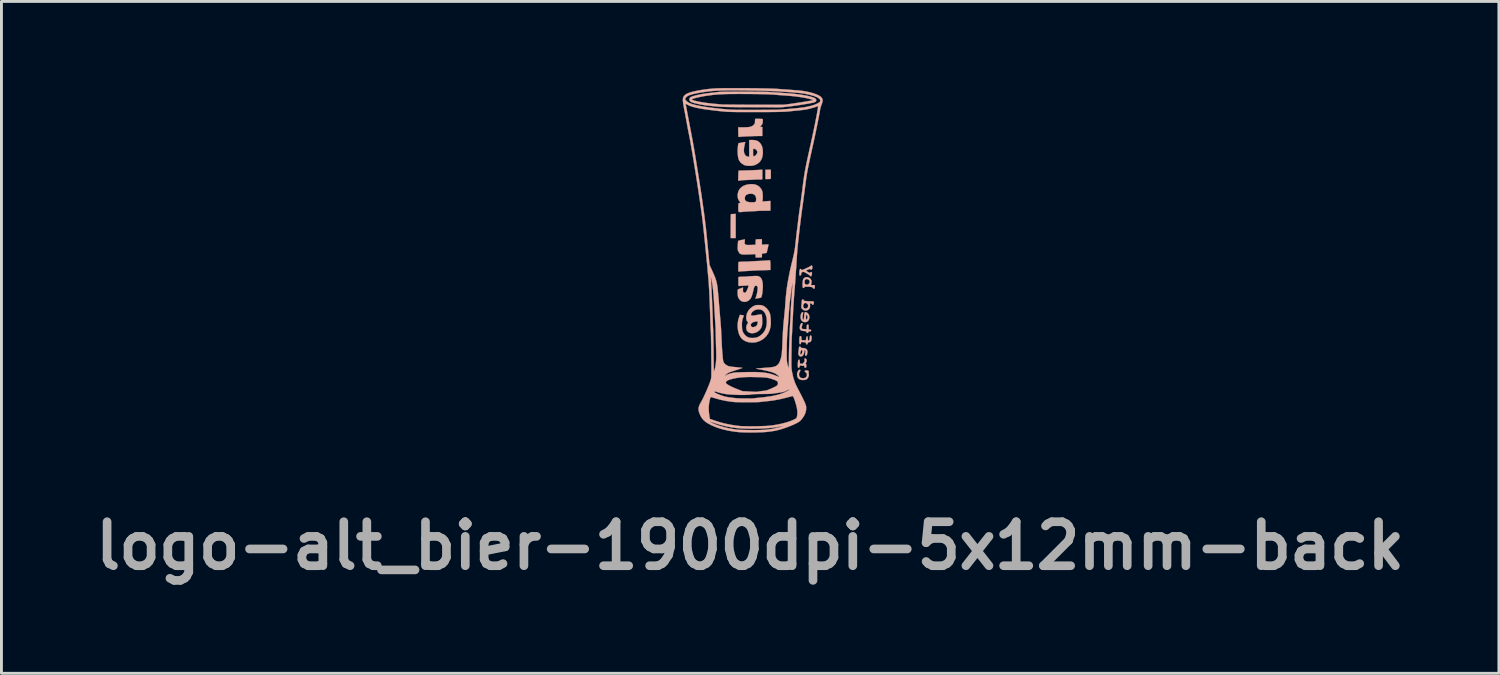
<source format=kicad_pcb>
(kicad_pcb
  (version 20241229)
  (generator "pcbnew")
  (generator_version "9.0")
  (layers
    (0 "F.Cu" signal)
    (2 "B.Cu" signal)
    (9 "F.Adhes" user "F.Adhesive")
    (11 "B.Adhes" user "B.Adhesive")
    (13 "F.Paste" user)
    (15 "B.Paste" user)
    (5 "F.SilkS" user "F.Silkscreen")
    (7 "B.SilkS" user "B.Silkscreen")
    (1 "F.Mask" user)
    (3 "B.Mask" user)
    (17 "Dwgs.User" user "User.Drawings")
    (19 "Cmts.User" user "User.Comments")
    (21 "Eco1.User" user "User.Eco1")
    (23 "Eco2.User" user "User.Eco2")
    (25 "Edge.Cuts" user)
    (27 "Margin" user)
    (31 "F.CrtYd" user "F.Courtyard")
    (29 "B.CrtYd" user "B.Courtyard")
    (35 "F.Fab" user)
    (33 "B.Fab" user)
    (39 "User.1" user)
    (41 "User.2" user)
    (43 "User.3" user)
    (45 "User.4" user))
  (footprint "logo-alt_bier-1900dpi-5x12mm-back"
    (layer "F.Cu")
    (at 22.94 6.085)
    (property "Reference" "logo-alt_bier-1900dpi-5x12mm-back" (at 0 9.775 0) (layer "F.Fab") (effects (font (size 1.524 1.524) (thickness 0.3))))
    (attr through_hole)
    (fp_poly (pts (xy -0.578 -1.721) (xy -0.622 -1.719) (xy -0.654 -1.718) (xy -0.665 -1.717) (xy -0.668 -1.704) (xy -0.67 -1.667) (xy -0.672 -1.61) (xy -0.674 -1.536) (xy -0.675 -1.449) (xy -0.675 -1.35) (xy -0.675 -1.301) (xy -0.675 -0.887) (xy -0.502 -0.887) (xy -0.502 -1.725) (xy -0.578 -1.721)) (stroke (width 0.01) (type solid)) (fill yes) (layer "B.SilkS"))
    (fp_poly (pts (xy 0.621 -3.255) (xy 0.528 -3.251) (xy 0.528 -2.932) (xy 0.621 -2.932) (xy 0.676 -2.934) (xy 0.707 -2.94) (xy 0.715 -2.949) (xy 0.716 -2.976) (xy 0.716 -3.02) (xy 0.716 -3.074) (xy 0.716 -3.13) (xy 0.716 -3.181) (xy 0.716 -3.221) (xy 0.716 -3.24) (xy 0.711 -3.25) (xy 0.692 -3.256) (xy 0.656 -3.257) (xy 0.621 -3.255)) (stroke (width 0.01) (type solid)) (fill yes) (layer "B.SilkS"))
    (fp_poly (pts (xy 0.297 -3.248) (xy 0.245 -3.245) (xy 0.173 -3.242) (xy 0.086 -3.238) (xy -0.007 -3.235) (xy -0.102 -3.232) (xy -0.114 -3.232) (xy -0.198 -3.229) (xy -0.273 -3.227) (xy -0.335 -3.225) (xy -0.379 -3.223) (xy -0.401 -3.222) (xy -0.403 -3.222) (xy -0.404 -3.208) (xy -0.406 -3.173) (xy -0.408 -3.122) (xy -0.41 -3.059) (xy -0.41 -3.049) (xy -0.416 -2.879) (xy -0.374 -2.879) (xy -0.343 -2.881) (xy -0.326 -2.885) (xy -0.326 -2.885) (xy -0.311 -2.888) (xy -0.274 -2.891) (xy -0.221 -2.895) (xy -0.155 -2.898) (xy -0.12 -2.899) (xy -0.043 -2.903) (xy 0.03 -2.906) (xy 0.092 -2.909) (xy 0.137 -2.912) (xy 0.147 -2.912) (xy 0.195 -2.915) (xy 0.256 -2.917) (xy 0.317 -2.918) (xy 0.421 -2.919) (xy 0.421 -3.257) (xy 0.297 -3.248)) (stroke (width 0.01) (type solid)) (fill yes) (layer "B.SilkS"))
    (fp_poly (pts (xy 1.708 3.674) (xy 1.678 3.692) (xy 1.651 3.729) (xy 1.632 3.779) (xy 1.624 3.832) (xy 1.624 3.835) (xy 1.634 3.911) (xy 1.663 3.969) (xy 1.712 4.008) (xy 1.78 4.029) (xy 1.831 4.032) (xy 1.9 4.027) (xy 1.95 4.009) (xy 1.953 4.007) (xy 1.993 3.969) (xy 2.021 3.916) (xy 2.034 3.858) (xy 2.029 3.813) (xy 2.022 3.778) (xy 2.025 3.752) (xy 2.026 3.75) (xy 2.029 3.726) (xy 2.01 3.709) (xy 1.97 3.699) (xy 1.95 3.698) (xy 1.913 3.7) (xy 1.896 3.708) (xy 1.891 3.724) (xy 1.891 3.725) (xy 1.903 3.752) (xy 1.924 3.765) (xy 1.952 3.788) (xy 1.966 3.826) (xy 1.966 3.869) (xy 1.952 3.911) (xy 1.925 3.943) (xy 1.914 3.95) (xy 1.856 3.968) (xy 1.797 3.967) (xy 1.745 3.949) (xy 1.724 3.933) (xy 1.698 3.89) (xy 1.69 3.836) (xy 1.699 3.782) (xy 1.719 3.747) (xy 1.736 3.714) (xy 1.737 3.688) (xy 1.722 3.674) (xy 1.708 3.674)) (stroke (width 0.01) (type solid)) (fill yes) (layer "B.SilkS"))
    (fp_poly (pts (xy 1.767 2.069) (xy 1.746 2.101) (xy 1.729 2.144) (xy 1.72 2.196) (xy 1.719 2.216) (xy 1.725 2.267) (xy 1.747 2.301) (xy 1.788 2.322) (xy 1.852 2.332) (xy 1.855 2.332) (xy 1.903 2.336) (xy 1.93 2.342) (xy 1.943 2.352) (xy 1.947 2.366) (xy 1.959 2.389) (xy 1.98 2.4) (xy 2.001 2.398) (xy 2.012 2.38) (xy 2.012 2.377) (xy 2.017 2.358) (xy 2.039 2.348) (xy 2.062 2.346) (xy 2.096 2.34) (xy 2.11 2.327) (xy 2.112 2.315) (xy 2.105 2.295) (xy 2.08 2.285) (xy 2.068 2.284) (xy 2.025 2.28) (xy 2.025 2.194) (xy 2.024 2.147) (xy 2.02 2.121) (xy 2.012 2.11) (xy 2 2.108) (xy 1.977 2.115) (xy 1.964 2.138) (xy 1.959 2.183) (xy 1.958 2.209) (xy 1.958 2.268) (xy 1.892 2.268) (xy 1.849 2.266) (xy 1.815 2.262) (xy 1.806 2.26) (xy 1.789 2.24) (xy 1.785 2.203) (xy 1.794 2.155) (xy 1.805 2.125) (xy 1.817 2.086) (xy 1.812 2.063) (xy 1.811 2.062) (xy 1.79 2.055) (xy 1.767 2.069)) (stroke (width 0.01) (type solid)) (fill yes) (layer "B.SilkS"))
    (fp_poly (pts (xy 1.891 1.689) (xy 1.881 1.719) (xy 1.874 1.77) (xy 1.871 1.813) (xy 1.866 1.87) (xy 1.86 1.914) (xy 1.854 1.941) (xy 1.85 1.947) (xy 1.836 1.937) (xy 1.823 1.918) (xy 1.815 1.885) (xy 1.816 1.831) (xy 1.826 1.756) (xy 1.833 1.722) (xy 1.837 1.692) (xy 1.83 1.681) (xy 1.81 1.682) (xy 1.784 1.699) (xy 1.763 1.737) (xy 1.75 1.794) (xy 1.745 1.851) (xy 1.755 1.918) (xy 1.783 1.971) (xy 1.825 2.008) (xy 1.878 2.026) (xy 1.936 2.022) (xy 1.975 2.006) (xy 2.017 1.97) (xy 2.042 1.919) (xy 2.052 1.86) (xy 2.05 1.842) (xy 1.991 1.842) (xy 1.99 1.871) (xy 1.979 1.9) (xy 1.961 1.936) (xy 1.946 1.945) (xy 1.937 1.929) (xy 1.932 1.887) (xy 1.931 1.861) (xy 1.934 1.806) (xy 1.942 1.774) (xy 1.954 1.768) (xy 1.97 1.787) (xy 1.979 1.806) (xy 1.991 1.842) (xy 2.05 1.842) (xy 2.045 1.801) (xy 2.023 1.748) (xy 1.985 1.708) (xy 1.972 1.7) (xy 1.934 1.682) (xy 1.908 1.678) (xy 1.891 1.689)) (stroke (width 0.01) (type solid)) (fill yes) (layer "B.SilkS"))
    (fp_poly (pts (xy 1.884 3.288) (xy 1.88 3.303) (xy 1.884 3.332) (xy 1.887 3.368) (xy 1.876 3.4) (xy 1.858 3.426) (xy 1.831 3.456) (xy 1.807 3.468) (xy 1.773 3.468) (xy 1.724 3.464) (xy 1.72 3.394) (xy 1.716 3.352) (xy 1.709 3.331) (xy 1.695 3.324) (xy 1.692 3.324) (xy 1.674 3.333) (xy 1.662 3.363) (xy 1.654 3.414) (xy 1.651 3.49) (xy 1.651 3.515) (xy 1.652 3.563) (xy 1.655 3.59) (xy 1.663 3.602) (xy 1.677 3.605) (xy 1.678 3.605) (xy 1.7 3.596) (xy 1.713 3.566) (xy 1.713 3.563) (xy 1.722 3.535) (xy 1.737 3.527) (xy 1.761 3.53) (xy 1.805 3.536) (xy 1.84 3.538) (xy 1.867 3.542) (xy 1.877 3.559) (xy 1.878 3.571) (xy 1.885 3.598) (xy 1.903 3.605) (xy 1.928 3.6) (xy 1.936 3.596) (xy 1.943 3.576) (xy 1.945 3.543) (xy 1.943 3.506) (xy 1.936 3.478) (xy 1.929 3.468) (xy 1.922 3.457) (xy 1.935 3.432) (xy 1.936 3.431) (xy 1.955 3.388) (xy 1.958 3.345) (xy 1.946 3.309) (xy 1.92 3.288) (xy 1.901 3.284) (xy 1.884 3.288)) (stroke (width 0.01) (type solid)) (fill yes) (layer "B.SilkS"))
    (fp_poly (pts (xy 0.629 -0.114) (xy 0.579 -0.111) (xy 0.565 -0.11) (xy 0.513 -0.106) (xy 0.442 -0.102) (xy 0.36 -0.097) (xy 0.275 -0.093) (xy 0.242 -0.091) (xy 0.166 -0.088) (xy 0.096 -0.084) (xy 0.038 -0.081) (xy -0.001 -0.078) (xy -0.014 -0.077) (xy -0.042 -0.075) (xy -0.091 -0.073) (xy -0.153 -0.072) (xy -0.222 -0.07) (xy -0.225 -0.07) (xy -0.289 -0.068) (xy -0.344 -0.065) (xy -0.384 -0.061) (xy -0.402 -0.056) (xy -0.403 -0.055) (xy -0.406 -0.038) (xy -0.409 0.001) (xy -0.41 0.055) (xy -0.411 0.113) (xy -0.411 0.269) (xy -0.376 0.271) (xy -0.349 0.27) (xy -0.338 0.268) (xy -0.324 0.266) (xy -0.288 0.263) (xy -0.235 0.26) (xy -0.171 0.257) (xy -0.147 0.256) (xy -0.076 0.252) (xy -0.013 0.248) (xy 0.037 0.245) (xy 0.068 0.242) (xy 0.073 0.242) (xy 0.095 0.24) (xy 0.14 0.237) (xy 0.203 0.235) (xy 0.28 0.232) (xy 0.366 0.229) (xy 0.404 0.228) (xy 0.702 0.218) (xy 0.702 0.055) (xy 0.7 -0.024) (xy 0.697 -0.078) (xy 0.691 -0.109) (xy 0.687 -0.114) (xy 0.668 -0.115) (xy 0.629 -0.114)) (stroke (width 0.01) (type solid)) (fill yes) (layer "B.SilkS"))
    (fp_poly (pts (xy 0.195 -5.019) (xy 0.19 -5.019) (xy 0.177 -5.014) (xy 0.17 -4.998) (xy 0.167 -4.963) (xy 0.167 -4.936) (xy 0.166 -4.889) (xy 0.159 -4.858) (xy 0.143 -4.832) (xy 0.117 -4.804) (xy 0.082 -4.775) (xy 0.042 -4.754) (xy -0.008 -4.739) (xy -0.073 -4.73) (xy -0.156 -4.725) (xy -0.245 -4.724) (xy -0.415 -4.724) (xy -0.412 -4.587) (xy -0.411 -4.526) (xy -0.41 -4.472) (xy -0.409 -4.433) (xy -0.409 -4.42) (xy -0.401 -4.396) (xy -0.377 -4.39) (xy -0.35 -4.392) (xy -0.34 -4.395) (xy -0.325 -4.398) (xy -0.288 -4.401) (xy -0.233 -4.404) (xy -0.164 -4.408) (xy -0.086 -4.412) (xy -0.004 -4.415) (xy 0.079 -4.418) (xy 0.158 -4.421) (xy 0.228 -4.422) (xy 0.284 -4.423) (xy 0.421 -4.423) (xy 0.421 -4.58) (xy 0.421 -4.737) (xy 0.336 -4.737) (xy 0.37 -4.774) (xy 0.398 -4.808) (xy 0.42 -4.84) (xy 0.421 -4.842) (xy 0.429 -4.87) (xy 0.435 -4.909) (xy 0.438 -4.952) (xy 0.438 -4.989) (xy 0.433 -5.01) (xy 0.433 -5.01) (xy 0.418 -5.013) (xy 0.384 -5.015) (xy 0.338 -5.017) (xy 0.286 -5.019) (xy 0.236 -5.019) (xy 0.195 -5.019)) (stroke (width 0.01) (type solid)) (fill yes) (layer "B.SilkS"))
    (fp_poly (pts (xy 1.705 2.873) (xy 1.696 2.888) (xy 1.69 2.92) (xy 1.686 2.953) (xy 1.68 3.008) (xy 1.674 3.062) (xy 1.67 3.09) (xy 1.672 3.142) (xy 1.691 3.183) (xy 1.722 3.209) (xy 1.76 3.217) (xy 1.8 3.204) (xy 1.823 3.186) (xy 1.853 3.138) (xy 1.873 3.076) (xy 1.878 3.027) (xy 1.88 3.012) (xy 1.81 3.012) (xy 1.808 3.048) (xy 1.808 3.05) (xy 1.798 3.096) (xy 1.783 3.129) (xy 1.765 3.147) (xy 1.748 3.147) (xy 1.736 3.125) (xy 1.734 3.114) (xy 1.736 3.08) (xy 1.748 3.042) (xy 1.766 3.009) (xy 1.786 2.991) (xy 1.792 2.99) (xy 1.806 2.994) (xy 1.81 3.012) (xy 1.88 3.012) (xy 1.882 3.002) (xy 1.895 2.997) (xy 1.9 2.999) (xy 1.913 3.01) (xy 1.916 3.033) (xy 1.913 3.069) (xy 1.907 3.112) (xy 1.903 3.148) (xy 1.901 3.157) (xy 1.908 3.18) (xy 1.927 3.188) (xy 1.948 3.186) (xy 1.962 3.167) (xy 1.971 3.141) (xy 1.984 3.064) (xy 1.978 3.004) (xy 1.95 2.961) (xy 1.902 2.934) (xy 1.833 2.923) (xy 1.817 2.923) (xy 1.779 2.92) (xy 1.76 2.91) (xy 1.754 2.896) (xy 1.737 2.874) (xy 1.72 2.87) (xy 1.705 2.873)) (stroke (width 0.01) (type solid)) (fill yes) (layer "B.SilkS"))
    (fp_poly (pts (xy 2.077 2.493) (xy 2.067 2.523) (xy 2.065 2.557) (xy 2.06 2.613) (xy 2.046 2.652) (xy 2.023 2.669) (xy 2.019 2.669) (xy 2.006 2.66) (xy 1.999 2.631) (xy 1.996 2.592) (xy 1.991 2.546) (xy 1.983 2.522) (xy 1.972 2.515) (xy 1.956 2.527) (xy 1.944 2.562) (xy 1.94 2.586) (xy 1.928 2.657) (xy 1.778 2.649) (xy 1.774 2.579) (xy 1.77 2.537) (xy 1.762 2.515) (xy 1.749 2.509) (xy 1.745 2.509) (xy 1.728 2.512) (xy 1.716 2.526) (xy 1.709 2.555) (xy 1.705 2.601) (xy 1.704 2.67) (xy 1.705 2.727) (xy 1.707 2.762) (xy 1.712 2.781) (xy 1.721 2.788) (xy 1.731 2.789) (xy 1.752 2.781) (xy 1.758 2.757) (xy 1.76 2.732) (xy 1.771 2.719) (xy 1.797 2.714) (xy 1.842 2.717) (xy 1.855 2.718) (xy 1.898 2.724) (xy 1.921 2.732) (xy 1.931 2.745) (xy 1.934 2.761) (xy 1.945 2.792) (xy 1.964 2.8) (xy 1.983 2.786) (xy 1.991 2.763) (xy 2.002 2.734) (xy 2.023 2.723) (xy 2.037 2.722) (xy 2.074 2.713) (xy 2.099 2.696) (xy 2.117 2.662) (xy 2.127 2.614) (xy 2.13 2.564) (xy 2.123 2.521) (xy 2.115 2.503) (xy 2.094 2.486) (xy 2.077 2.493)) (stroke (width 0.01) (type solid)) (fill yes) (layer "B.SilkS"))
    (fp_poly (pts (xy 1.926 0.469) (xy 1.877 0.492) (xy 1.843 0.528) (xy 1.832 0.557) (xy 1.824 0.602) (xy 1.818 0.658) (xy 1.815 0.716) (xy 1.816 0.77) (xy 1.819 0.812) (xy 1.827 0.833) (xy 1.848 0.843) (xy 1.869 0.835) (xy 1.878 0.816) (xy 1.885 0.805) (xy 1.91 0.799) (xy 1.957 0.797) (xy 1.963 0.797) (xy 2.052 0.8) (xy 2.116 0.807) (xy 2.156 0.819) (xy 2.172 0.836) (xy 2.172 0.839) (xy 2.183 0.858) (xy 2.206 0.865) (xy 2.229 0.856) (xy 2.23 0.855) (xy 2.236 0.837) (xy 2.239 0.804) (xy 2.239 0.795) (xy 2.239 0.744) (xy 2.171 0.744) (xy 2.131 0.743) (xy 2.112 0.739) (xy 2.108 0.727) (xy 2.111 0.714) (xy 2.124 0.659) (xy 2.127 0.63) (xy 2.065 0.63) (xy 2.054 0.669) (xy 2.025 0.704) (xy 1.988 0.726) (xy 1.966 0.731) (xy 1.93 0.721) (xy 1.905 0.704) (xy 1.884 0.666) (xy 1.881 0.619) (xy 1.894 0.574) (xy 1.923 0.541) (xy 1.923 0.54) (xy 1.959 0.531) (xy 1.999 0.54) (xy 2.034 0.565) (xy 2.059 0.6) (xy 2.065 0.63) (xy 2.127 0.63) (xy 2.128 0.619) (xy 2.121 0.585) (xy 2.114 0.566) (xy 2.081 0.515) (xy 2.034 0.482) (xy 1.981 0.466) (xy 1.926 0.469)) (stroke (width 0.01) (type solid)) (fill yes) (layer "B.SilkS"))
    (fp_poly (pts (xy 1.803 1.247) (xy 1.793 1.264) (xy 1.788 1.299) (xy 1.787 1.312) (xy 1.783 1.366) (xy 1.778 1.428) (xy 1.776 1.456) (xy 1.773 1.501) (xy 1.776 1.529) (xy 1.79 1.552) (xy 1.815 1.58) (xy 1.868 1.616) (xy 1.925 1.627) (xy 1.985 1.611) (xy 2.007 1.599) (xy 2.052 1.556) (xy 2.074 1.499) (xy 2.074 1.456) (xy 2.012 1.456) (xy 2.001 1.501) (xy 1.975 1.535) (xy 1.939 1.555) (xy 1.899 1.556) (xy 1.863 1.537) (xy 1.857 1.532) (xy 1.837 1.493) (xy 1.835 1.449) (xy 1.848 1.407) (xy 1.874 1.375) (xy 1.91 1.359) (xy 1.918 1.359) (xy 1.956 1.371) (xy 1.989 1.4) (xy 2.009 1.439) (xy 2.012 1.456) (xy 2.074 1.456) (xy 2.074 1.432) (xy 2.07 1.395) (xy 2.073 1.378) (xy 2.087 1.373) (xy 2.1 1.372) (xy 2.131 1.381) (xy 2.141 1.399) (xy 2.157 1.421) (xy 2.172 1.426) (xy 2.19 1.417) (xy 2.2 1.389) (xy 2.202 1.376) (xy 2.205 1.34) (xy 2.204 1.318) (xy 2.203 1.315) (xy 2.187 1.31) (xy 2.154 1.306) (xy 2.127 1.305) (xy 2.076 1.304) (xy 2.013 1.301) (xy 1.954 1.297) (xy 1.901 1.292) (xy 1.87 1.286) (xy 1.855 1.277) (xy 1.851 1.264) (xy 1.851 1.262) (xy 1.844 1.243) (xy 1.821 1.241) (xy 1.803 1.247)) (stroke (width 0.01) (type solid)) (fill yes) (layer "B.SilkS"))
    (fp_poly (pts (xy 2.109 0.067) (xy 2.096 0.08) (xy 2.081 0.092) (xy 2.047 0.11) (xy 2 0.133) (xy 1.946 0.159) (xy 1.892 0.183) (xy 1.843 0.203) (xy 1.805 0.218) (xy 1.785 0.223) (xy 1.773 0.212) (xy 1.771 0.203) (xy 1.76 0.186) (xy 1.746 0.182) (xy 1.726 0.192) (xy 1.713 0.223) (xy 1.706 0.277) (xy 1.704 0.339) (xy 1.705 0.381) (xy 1.71 0.402) (xy 1.72 0.408) (xy 1.734 0.407) (xy 1.756 0.399) (xy 1.766 0.375) (xy 1.768 0.354) (xy 1.776 0.318) (xy 1.796 0.297) (xy 1.812 0.289) (xy 1.832 0.283) (xy 1.852 0.283) (xy 1.877 0.292) (xy 1.914 0.311) (xy 1.959 0.337) (xy 2.007 0.366) (xy 2.046 0.393) (xy 2.07 0.412) (xy 2.074 0.418) (xy 2.092 0.434) (xy 2.105 0.436) (xy 2.121 0.429) (xy 2.132 0.404) (xy 2.137 0.375) (xy 2.14 0.336) (xy 2.14 0.308) (xy 2.138 0.301) (xy 2.118 0.29) (xy 2.095 0.296) (xy 2.083 0.309) (xy 2.075 0.319) (xy 2.058 0.316) (xy 2.025 0.3) (xy 2.014 0.294) (xy 1.969 0.267) (xy 1.946 0.25) (xy 1.944 0.237) (xy 1.963 0.224) (xy 1.992 0.21) (xy 2.045 0.19) (xy 2.078 0.183) (xy 2.091 0.192) (xy 2.092 0.196) (xy 2.103 0.207) (xy 2.117 0.209) (xy 2.135 0.202) (xy 2.147 0.175) (xy 2.15 0.157) (xy 2.154 0.118) (xy 2.152 0.087) (xy 2.151 0.083) (xy 2.133 0.064) (xy 2.109 0.067)) (stroke (width 0.01) (type solid)) (fill yes) (layer "B.SilkS"))
    (fp_poly (pts (xy 0.241 -0.845) (xy 0.206 -0.841) (xy 0.193 -0.832) (xy 0.192 -0.83) (xy 0.191 -0.808) (xy 0.19 -0.77) (xy 0.189 -0.733) (xy 0.187 -0.653) (xy 0.022 -0.649) (xy -0.049 -0.647) (xy -0.098 -0.648) (xy -0.131 -0.651) (xy -0.152 -0.657) (xy -0.167 -0.666) (xy -0.17 -0.669) (xy -0.186 -0.687) (xy -0.192 -0.711) (xy -0.191 -0.749) (xy -0.189 -0.767) (xy -0.182 -0.842) (xy -0.294 -0.822) (xy -0.36 -0.808) (xy -0.4 -0.795) (xy -0.415 -0.781) (xy -0.42 -0.759) (xy -0.424 -0.718) (xy -0.428 -0.663) (xy -0.43 -0.62) (xy -0.433 -0.555) (xy -0.432 -0.509) (xy -0.428 -0.476) (xy -0.42 -0.448) (xy -0.406 -0.419) (xy -0.383 -0.381) (xy -0.359 -0.352) (xy -0.328 -0.333) (xy -0.286 -0.322) (xy -0.229 -0.317) (xy -0.154 -0.317) (xy -0.08 -0.319) (xy -0.007 -0.322) (xy 0.059 -0.325) (xy 0.112 -0.328) (xy 0.146 -0.33) (xy 0.153 -0.33) (xy 0.174 -0.329) (xy 0.184 -0.318) (xy 0.188 -0.289) (xy 0.188 -0.272) (xy 0.19 -0.212) (xy 0.242 -0.212) (xy 0.291 -0.213) (xy 0.344 -0.215) (xy 0.351 -0.216) (xy 0.407 -0.22) (xy 0.407 -0.286) (xy 0.409 -0.327) (xy 0.416 -0.347) (xy 0.43 -0.353) (xy 0.431 -0.353) (xy 0.47 -0.356) (xy 0.512 -0.362) (xy 0.548 -0.369) (xy 0.568 -0.376) (xy 0.569 -0.377) (xy 0.574 -0.392) (xy 0.584 -0.427) (xy 0.595 -0.474) (xy 0.608 -0.527) (xy 0.619 -0.58) (xy 0.629 -0.625) (xy 0.634 -0.655) (xy 0.635 -0.663) (xy 0.622 -0.667) (xy 0.59 -0.668) (xy 0.542 -0.667) (xy 0.521 -0.665) (xy 0.407 -0.657) (xy 0.407 -0.847) (xy 0.301 -0.847) (xy 0.241 -0.845)) (stroke (width 0.01) (type solid)) (fill yes) (layer "B.SilkS"))
    (fp_poly (pts (xy 0.01 -4.284) (xy -0.034 -4.283) (xy -0.034 -3.708) (xy -0.072 -3.708) (xy -0.111 -3.716) (xy -0.144 -3.734) (xy -0.187 -3.784) (xy -0.212 -3.85) (xy -0.219 -3.934) (xy -0.209 -4.037) (xy -0.195 -4.102) (xy -0.184 -4.152) (xy -0.176 -4.19) (xy -0.172 -4.21) (xy -0.173 -4.212) (xy -0.186 -4.212) (xy -0.219 -4.207) (xy -0.263 -4.2) (xy -0.31 -4.192) (xy -0.355 -4.183) (xy -0.388 -4.176) (xy -0.403 -4.172) (xy -0.403 -4.171) (xy -0.411 -4.152) (xy -0.418 -4.111) (xy -0.425 -4.056) (xy -0.43 -3.991) (xy -0.434 -3.924) (xy -0.434 -3.916) (xy -0.431 -3.801) (xy -0.419 -3.698) (xy -0.398 -3.614) (xy -0.381 -3.573) (xy -0.339 -3.515) (xy -0.28 -3.462) (xy -0.213 -3.421) (xy -0.176 -3.407) (xy -0.097 -3.392) (xy -0.008 -3.388) (xy 0.079 -3.395) (xy 0.149 -3.412) (xy 0.247 -3.457) (xy 0.324 -3.517) (xy 0.381 -3.595) (xy 0.419 -3.69) (xy 0.438 -3.804) (xy 0.44 -3.835) (xy 0.44 -3.847) (xy 0.247 -3.847) (xy 0.226 -3.796) (xy 0.202 -3.767) (xy 0.169 -3.739) (xy 0.138 -3.723) (xy 0.128 -3.721) (xy 0.115 -3.723) (xy 0.107 -3.731) (xy 0.103 -3.75) (xy 0.101 -3.785) (xy 0.1 -3.84) (xy 0.1 -3.856) (xy 0.1 -3.918) (xy 0.102 -3.957) (xy 0.106 -3.977) (xy 0.113 -3.984) (xy 0.121 -3.983) (xy 0.152 -3.976) (xy 0.162 -3.975) (xy 0.184 -3.966) (xy 0.212 -3.945) (xy 0.214 -3.942) (xy 0.243 -3.897) (xy 0.247 -3.847) (xy 0.44 -3.847) (xy 0.436 -3.957) (xy 0.412 -4.061) (xy 0.368 -4.148) (xy 0.325 -4.198) (xy 0.277 -4.237) (xy 0.223 -4.264) (xy 0.159 -4.279) (xy 0.079 -4.285) (xy 0.01 -4.284)) (stroke (width 0.01) (type solid)) (fill yes) (layer "B.SilkS"))
    (fp_poly (pts (xy 0.001 -2.755) (xy -0.117 -2.738) (xy -0.218 -2.703) (xy -0.302 -2.651) (xy -0.367 -2.583) (xy -0.411 -2.501) (xy -0.433 -2.407) (xy -0.435 -2.364) (xy -0.427 -2.279) (xy -0.4 -2.206) (xy -0.366 -2.154) (xy -0.344 -2.122) (xy -0.341 -2.105) (xy -0.36 -2.101) (xy -0.377 -2.102) (xy -0.391 -2.1) (xy -0.401 -2.085) (xy -0.407 -2.056) (xy -0.41 -2.007) (xy -0.411 -1.935) (xy -0.411 -1.932) (xy -0.41 -1.869) (xy -0.408 -1.826) (xy -0.399 -1.801) (xy -0.379 -1.789) (xy -0.344 -1.787) (xy -0.29 -1.791) (xy -0.241 -1.796) (xy -0.188 -1.801) (xy -0.117 -1.806) (xy -0.035 -1.811) (xy 0.049 -1.815) (xy 0.073 -1.817) (xy 0.146 -1.82) (xy 0.211 -1.824) (xy 0.261 -1.827) (xy 0.293 -1.829) (xy 0.301 -1.83) (xy 0.321 -1.832) (xy 0.362 -1.833) (xy 0.419 -1.834) (xy 0.487 -1.835) (xy 0.511 -1.835) (xy 0.702 -1.836) (xy 0.702 -2.174) (xy 0.56 -2.164) (xy 0.418 -2.154) (xy 0.428 -2.184) (xy 0.432 -2.21) (xy 0.434 -2.248) (xy 0.207 -2.248) (xy 0.205 -2.192) (xy 0.198 -2.157) (xy 0.18 -2.139) (xy 0.147 -2.13) (xy 0.109 -2.128) (xy 0.004 -2.128) (xy -0.077 -2.139) (xy -0.134 -2.161) (xy -0.153 -2.176) (xy -0.177 -2.21) (xy -0.187 -2.25) (xy -0.187 -2.27) (xy -0.176 -2.33) (xy -0.142 -2.376) (xy -0.088 -2.407) (xy -0.015 -2.423) (xy 0.02 -2.424) (xy 0.095 -2.415) (xy 0.151 -2.387) (xy 0.188 -2.34) (xy 0.206 -2.276) (xy 0.207 -2.248) (xy 0.434 -2.248) (xy 0.435 -2.255) (xy 0.437 -2.312) (xy 0.437 -2.343) (xy 0.432 -2.442) (xy 0.415 -2.523) (xy 0.384 -2.589) (xy 0.337 -2.646) (xy 0.317 -2.666) (xy 0.247 -2.714) (xy 0.167 -2.744) (xy 0.073 -2.756) (xy 0.001 -2.755)) (stroke (width 0.01) (type solid)) (fill yes) (layer "B.SilkS"))
    (fp_poly (pts (xy 0.139 0.428) (xy 0.088 0.43) (xy 0.023 0.434) (xy -0.031 0.438) (xy -0.07 0.441) (xy -0.088 0.444) (xy -0.088 0.444) (xy -0.104 0.446) (xy -0.141 0.448) (xy -0.193 0.45) (xy -0.252 0.452) (xy -0.32 0.454) (xy -0.366 0.457) (xy -0.393 0.461) (xy -0.406 0.468) (xy -0.409 0.476) (xy -0.409 0.497) (xy -0.409 0.539) (xy -0.409 0.594) (xy -0.409 0.637) (xy -0.409 0.7) (xy -0.407 0.741) (xy -0.403 0.764) (xy -0.396 0.774) (xy -0.386 0.775) (xy -0.386 0.775) (xy -0.363 0.773) (xy -0.321 0.77) (xy -0.264 0.767) (xy -0.206 0.763) (xy -0.051 0.754) (xy -0.083 0.853) (xy -0.103 0.905) (xy -0.125 0.951) (xy -0.146 0.982) (xy -0.147 0.984) (xy -0.172 1.005) (xy -0.194 1.008) (xy -0.214 1.001) (xy -0.234 0.988) (xy -0.246 0.968) (xy -0.25 0.935) (xy -0.249 0.883) (xy -0.249 0.875) (xy -0.246 0.825) (xy -0.33 0.854) (xy -0.375 0.87) (xy -0.409 0.886) (xy -0.425 0.896) (xy -0.431 0.92) (xy -0.434 0.961) (xy -0.434 1.013) (xy -0.432 1.068) (xy -0.427 1.117) (xy -0.421 1.148) (xy -0.393 1.209) (xy -0.349 1.263) (xy -0.301 1.299) (xy -0.229 1.323) (xy -0.156 1.321) (xy -0.091 1.298) (xy -0.043 1.269) (xy -0.004 1.232) (xy 0.029 1.183) (xy 0.057 1.118) (xy 0.083 1.034) (xy 0.106 0.938) (xy 0.119 0.885) (xy 0.132 0.838) (xy 0.142 0.808) (xy 0.166 0.773) (xy 0.197 0.762) (xy 0.232 0.776) (xy 0.236 0.78) (xy 0.25 0.795) (xy 0.258 0.815) (xy 0.26 0.846) (xy 0.257 0.896) (xy 0.257 0.904) (xy 0.248 0.969) (xy 0.234 1.043) (xy 0.216 1.109) (xy 0.182 1.214) (xy 0.211 1.207) (xy 0.241 1.201) (xy 0.285 1.194) (xy 0.312 1.191) (xy 0.346 1.185) (xy 0.37 1.177) (xy 0.387 1.16) (xy 0.4 1.132) (xy 0.409 1.088) (xy 0.419 1.024) (xy 0.424 0.988) (xy 0.438 0.844) (xy 0.438 0.721) (xy 0.424 0.618) (xy 0.398 0.537) (xy 0.358 0.478) (xy 0.305 0.441) (xy 0.278 0.432) (xy 0.245 0.427) (xy 0.2 0.426) (xy 0.139 0.428)) (stroke (width 0.01) (type solid)) (fill yes) (layer "B.SilkS"))
    (fp_poly (pts (xy 0.236 1.434) (xy 0.195 1.439) (xy 0.158 1.451) (xy 0.114 1.472) (xy 0.102 1.478) (xy 0.012 1.542) (xy -0.059 1.623) (xy -0.109 1.718) (xy -0.134 1.82) (xy -0.137 1.881) (xy -0.129 1.938) (xy -0.113 1.986) (xy -0.09 2.015) (xy -0.088 2.016) (xy -0.074 2.028) (xy -0.073 2.041) (xy -0.087 2.065) (xy -0.095 2.077) (xy -0.124 2.14) (xy -0.137 2.211) (xy -0.13 2.278) (xy -0.128 2.287) (xy -0.097 2.343) (xy -0.048 2.382) (xy 0.012 2.405) (xy 0.081 2.411) (xy 0.155 2.4) (xy 0.228 2.372) (xy 0.296 2.326) (xy 0.316 2.309) (xy 0.358 2.261) (xy 0.388 2.209) (xy 0.408 2.148) (xy 0.417 2.074) (xy 0.418 2.04) (xy 0.26 2.04) (xy 0.254 2.083) (xy 0.24 2.123) (xy 0.209 2.159) (xy 0.166 2.185) (xy 0.118 2.199) (xy 0.073 2.197) (xy 0.041 2.18) (xy 0.021 2.144) (xy 0.024 2.103) (xy 0.047 2.064) (xy 0.085 2.035) (xy 0.121 2.022) (xy 0.169 2.01) (xy 0.191 2.006) (xy 0.26 1.997) (xy 0.26 2.04) (xy 0.418 2.04) (xy 0.419 1.981) (xy 0.417 1.929) (xy 0.413 1.866) (xy 0.409 1.813) (xy 0.403 1.775) (xy 0.398 1.759) (xy 0.381 1.756) (xy 0.343 1.759) (xy 0.291 1.767) (xy 0.253 1.774) (xy 0.167 1.791) (xy 0.103 1.799) (xy 0.06 1.8) (xy 0.036 1.792) (xy 0.027 1.774) (xy 0.031 1.747) (xy 0.035 1.734) (xy 0.071 1.675) (xy 0.126 1.629) (xy 0.193 1.597) (xy 0.267 1.583) (xy 0.343 1.586) (xy 0.414 1.61) (xy 0.421 1.614) (xy 0.476 1.66) (xy 0.521 1.726) (xy 0.553 1.808) (xy 0.573 1.901) (xy 0.579 2.002) (xy 0.572 2.106) (xy 0.551 2.209) (xy 0.519 2.296) (xy 0.473 2.373) (xy 0.409 2.445) (xy 0.333 2.506) (xy 0.255 2.547) (xy 0.254 2.548) (xy 0.176 2.567) (xy 0.089 2.575) (xy 0.004 2.571) (xy -0.049 2.56) (xy -0.113 2.529) (xy -0.174 2.478) (xy -0.226 2.414) (xy -0.244 2.383) (xy -0.26 2.347) (xy -0.272 2.31) (xy -0.279 2.265) (xy -0.283 2.205) (xy -0.285 2.171) (xy -0.286 2.07) (xy -0.279 1.987) (xy -0.262 1.914) (xy -0.238 1.85) (xy -0.226 1.818) (xy -0.221 1.797) (xy -0.222 1.795) (xy -0.237 1.79) (xy -0.27 1.784) (xy -0.289 1.781) (xy -0.351 1.772) (xy -0.378 1.836) (xy -0.413 1.947) (xy -0.432 2.068) (xy -0.434 2.193) (xy -0.42 2.315) (xy -0.39 2.428) (xy -0.362 2.492) (xy -0.328 2.55) (xy -0.293 2.594) (xy -0.248 2.634) (xy -0.231 2.647) (xy -0.155 2.69) (xy -0.063 2.719) (xy 0.038 2.733) (xy 0.142 2.731) (xy 0.23 2.715) (xy 0.355 2.669) (xy 0.464 2.601) (xy 0.555 2.515) (xy 0.628 2.411) (xy 0.679 2.292) (xy 0.705 2.186) (xy 0.714 2.103) (xy 0.716 2.009) (xy 0.712 1.913) (xy 0.703 1.822) (xy 0.688 1.744) (xy 0.676 1.705) (xy 0.631 1.619) (xy 0.568 1.543) (xy 0.494 1.483) (xy 0.469 1.469) (xy 0.427 1.45) (xy 0.386 1.439) (xy 0.335 1.434) (xy 0.294 1.433) (xy 0.236 1.434)) (stroke (width 0.01) (type solid)) (fill yes) (layer "B.SilkS"))
    (fp_poly (pts (xy -0.453 -5.961) (xy -0.578 -5.96) (xy -0.695 -5.96) (xy -0.801 -5.959) (xy -0.893 -5.958) (xy -0.969 -5.956) (xy -1.024 -5.955) (xy -1.056 -5.953) (xy -1.242 -5.932) (xy -1.403 -5.913) (xy -1.538 -5.895) (xy -1.651 -5.878) (xy -1.741 -5.862) (xy -1.785 -5.853) (xy -1.886 -5.829) (xy -1.964 -5.808) (xy -2.022 -5.79) (xy -2.061 -5.771) (xy -2.087 -5.751) (xy -2.101 -5.729) (xy -2.106 -5.702) (xy -2.106 -5.693) (xy -2.101 -5.66) (xy -2.084 -5.631) (xy -2.052 -5.606) (xy -2.003 -5.584) (xy -1.934 -5.563) (xy -1.843 -5.541) (xy -1.776 -5.527) (xy -1.699 -5.512) (xy -1.623 -5.499) (xy -1.558 -5.488) (xy -1.508 -5.481) (xy -1.498 -5.48) (xy -1.446 -5.475) (xy -1.381 -5.468) (xy -1.312 -5.461) (xy -1.29 -5.459) (xy -1.219 -5.451) (xy -1.146 -5.445) (xy -1.067 -5.44) (xy -0.982 -5.435) (xy -0.887 -5.431) (xy -0.78 -5.428) (xy -0.659 -5.426) (xy -0.521 -5.424) (xy -0.364 -5.422) (xy -0.186 -5.421) (xy 0.017 -5.421) (xy 0.052 -5.42) (xy 0.2 -5.42) (xy 0.341 -5.419) (xy 0.472 -5.419) (xy 0.591 -5.418) (xy 0.695 -5.417) (xy 0.782 -5.416) (xy 0.85 -5.415) (xy 0.897 -5.415) (xy 0.92 -5.414) (xy 0.921 -5.414) (xy 0.945 -5.413) (xy 0.99 -5.414) (xy 1.047 -5.417) (xy 1.096 -5.42) (xy 1.181 -5.428) (xy 1.282 -5.439) (xy 1.394 -5.452) (xy 1.513 -5.468) (xy 1.635 -5.485) (xy 1.757 -5.503) (xy 1.873 -5.522) (xy 1.98 -5.539) (xy 2.073 -5.556) (xy 2.149 -5.572) (xy 2.203 -5.584) (xy 2.209 -5.586) (xy 2.252 -5.602) (xy 2.276 -5.618) (xy 2.287 -5.641) (xy 2.288 -5.642) (xy 2.289 -5.667) (xy 2.168 -5.667) (xy 2.151 -5.659) (xy 2.127 -5.653) (xy 2.08 -5.644) (xy 2.014 -5.632) (xy 1.933 -5.618) (xy 1.841 -5.603) (xy 1.742 -5.587) (xy 1.639 -5.572) (xy 1.536 -5.556) (xy 1.437 -5.542) (xy 1.346 -5.529) (xy 1.267 -5.518) (xy 1.203 -5.51) (xy 1.176 -5.508) (xy 1.152 -5.507) (xy 1.104 -5.506) (xy 1.035 -5.505) (xy 0.947 -5.505) (xy 0.842 -5.505) (xy 0.724 -5.505) (xy 0.595 -5.505) (xy 0.456 -5.505) (xy 0.312 -5.505) (xy 0.163 -5.506) (xy 0.013 -5.506) (xy -0.136 -5.507) (xy -0.281 -5.508) (xy -0.42 -5.509) (xy -0.55 -5.51) (xy -0.67 -5.511) (xy -0.775 -5.512) (xy -0.865 -5.513) (xy -0.936 -5.514) (xy -0.987 -5.515) (xy -1.013 -5.516) (xy -1.016 -5.517) (xy -1.049 -5.521) (xy -1.098 -5.526) (xy -1.155 -5.531) (xy -1.163 -5.532) (xy -1.291 -5.543) (xy -1.415 -5.557) (xy -1.535 -5.572) (xy -1.647 -5.589) (xy -1.749 -5.607) (xy -1.839 -5.625) (xy -1.913 -5.643) (xy -1.97 -5.661) (xy -2.006 -5.677) (xy -2.02 -5.693) (xy -2.017 -5.7) (xy -1.998 -5.709) (xy -1.958 -5.722) (xy -1.901 -5.738) (xy -1.834 -5.754) (xy -1.76 -5.772) (xy -1.685 -5.788) (xy -1.614 -5.801) (xy -1.552 -5.812) (xy -1.551 -5.812) (xy -1.444 -5.827) (xy -1.345 -5.84) (xy -1.251 -5.851) (xy -1.159 -5.86) (xy -1.064 -5.866) (xy -0.962 -5.871) (xy -0.851 -5.875) (xy -0.725 -5.878) (xy -0.582 -5.879) (xy -0.418 -5.88) (xy -0.341 -5.88) (xy -0.15 -5.879) (xy 0.032 -5.878) (xy 0.204 -5.876) (xy 0.363 -5.874) (xy 0.506 -5.871) (xy 0.632 -5.867) (xy 0.737 -5.862) (xy 0.82 -5.857) (xy 0.869 -5.853) (xy 0.908 -5.849) (xy 0.958 -5.845) (xy 1.022 -5.84) (xy 1.102 -5.834) (xy 1.204 -5.827) (xy 1.303 -5.82) (xy 1.43 -5.809) (xy 1.56 -5.796) (xy 1.689 -5.779) (xy 1.811 -5.76) (xy 1.923 -5.74) (xy 2.021 -5.72) (xy 2.099 -5.699) (xy 2.139 -5.686) (xy 2.165 -5.675) (xy 2.168 -5.667) (xy 2.289 -5.667) (xy 2.289 -5.676) (xy 2.275 -5.705) (xy 2.242 -5.732) (xy 2.188 -5.757) (xy 2.111 -5.782) (xy 2.045 -5.8) (xy 1.947 -5.822) (xy 1.828 -5.843) (xy 1.695 -5.863) (xy 1.554 -5.881) (xy 1.412 -5.895) (xy 1.275 -5.906) (xy 1.243 -5.908) (xy 1.18 -5.912) (xy 1.128 -5.915) (xy 1.091 -5.919) (xy 1.076 -5.921) (xy 1.076 -5.921) (xy 1.061 -5.923) (xy 1.024 -5.925) (xy 0.97 -5.929) (xy 0.903 -5.932) (xy 0.868 -5.934) (xy 0.795 -5.937) (xy 0.729 -5.941) (xy 0.676 -5.945) (xy 0.642 -5.948) (xy 0.635 -5.95) (xy 0.611 -5.952) (xy 0.564 -5.954) (xy 0.496 -5.955) (xy 0.41 -5.957) (xy 0.309 -5.958) (xy 0.195 -5.959) (xy 0.073 -5.96) (xy -0.056 -5.961) (xy -0.189 -5.961) (xy -0.322 -5.961) (xy -0.453 -5.961)) (stroke (width 0.01) (type solid)) (fill yes) (layer "B.SilkS"))
    (fp_poly (pts (xy -0.715 -6.08) (xy -0.85 -6.079) (xy -0.972 -6.078) (xy -1.078 -6.076) (xy -1.164 -6.074) (xy -1.229 -6.071) (xy -1.237 -6.07) (xy -1.416 -6.055) (xy -1.594 -6.033) (xy -1.764 -6.006) (xy -1.919 -5.975) (xy -2.027 -5.948) (xy -2.13 -5.915) (xy -2.21 -5.88) (xy -2.267 -5.84) (xy -2.305 -5.793) (xy -2.326 -5.737) (xy -2.333 -5.669) (xy -2.333 -5.668) (xy -2.33 -5.632) (xy -2.323 -5.575) (xy -2.312 -5.503) (xy -2.298 -5.421) (xy -2.282 -5.334) (xy -2.28 -5.323) (xy -2.262 -5.231) (xy -2.245 -5.138) (xy -2.229 -5.052) (xy -2.215 -4.978) (xy -2.206 -4.924) (xy -2.206 -4.924) (xy -2.196 -4.873) (xy -2.183 -4.801) (xy -2.167 -4.715) (xy -2.149 -4.621) (xy -2.13 -4.525) (xy -2.124 -4.496) (xy -2.099 -4.367) (xy -2.071 -4.214) (xy -2.04 -4.041) (xy -2.007 -3.851) (xy -1.973 -3.648) (xy -1.938 -3.434) (xy -1.902 -3.214) (xy -1.866 -2.99) (xy -1.831 -2.765) (xy -1.797 -2.544) (xy -1.765 -2.328) (xy -1.735 -2.122) (xy -1.707 -1.929) (xy -1.682 -1.751) (xy -1.661 -1.593) (xy -1.658 -1.569) (xy -1.649 -1.49) (xy -1.637 -1.389) (xy -1.624 -1.268) (xy -1.609 -1.131) (xy -1.593 -0.981) (xy -1.577 -0.823) (xy -1.56 -0.659) (xy -1.543 -0.492) (xy -1.527 -0.328) (xy -1.511 -0.168) (xy -1.496 -0.017) (xy -1.483 0.122) (xy -1.478 0.182) (xy -1.47 0.274) (xy -1.462 0.36) (xy -1.455 0.437) (xy -1.449 0.498) (xy -1.445 0.54) (xy -1.444 0.55) (xy -1.441 0.594) (xy -1.436 0.655) (xy -1.432 0.721) (xy -1.431 0.744) (xy -1.427 0.815) (xy -1.422 0.891) (xy -1.418 0.957) (xy -1.417 0.971) (xy -1.415 1.022) (xy -1.411 1.092) (xy -1.408 1.171) (xy -1.405 1.253) (xy -1.404 1.272) (xy -1.401 1.361) (xy -1.397 1.457) (xy -1.394 1.55) (xy -1.391 1.628) (xy -1.391 1.633) (xy -1.388 1.7) (xy -1.385 1.785) (xy -1.382 1.882) (xy -1.379 1.981) (xy -1.376 2.061) (xy -1.373 2.146) (xy -1.37 2.225) (xy -1.367 2.292) (xy -1.364 2.343) (xy -1.362 2.373) (xy -1.362 2.375) (xy -1.36 2.397) (xy -1.359 2.443) (xy -1.357 2.51) (xy -1.356 2.597) (xy -1.354 2.7) (xy -1.352 2.817) (xy -1.35 2.945) (xy -1.349 3.082) (xy -1.348 3.184) (xy -1.346 3.346) (xy -1.345 3.484) (xy -1.344 3.599) (xy -1.344 3.695) (xy -1.344 3.773) (xy -1.345 3.836) (xy -1.346 3.886) (xy -1.348 3.925) (xy -1.351 3.956) (xy -1.354 3.98) (xy -1.359 4.001) (xy -1.364 4.02) (xy -1.368 4.033) (xy -1.393 4.108) (xy -1.428 4.2) (xy -1.47 4.302) (xy -1.516 4.41) (xy -1.564 4.517) (xy -1.611 4.619) (xy -1.655 4.709) (xy -1.695 4.783) (xy -1.715 4.818) (xy -1.759 4.901) (xy -1.784 4.977) (xy -1.79 5.053) (xy -1.776 5.132) (xy -1.743 5.222) (xy -1.717 5.276) (xy -1.671 5.355) (xy -1.614 5.421) (xy -1.542 5.482) (xy -1.475 5.527) (xy -1.324 5.607) (xy -1.151 5.678) (xy -0.959 5.738) (xy -0.752 5.786) (xy -0.532 5.821) (xy -0.381 5.837) (xy -0.29 5.843) (xy -0.178 5.847) (xy -0.052 5.849) (xy 0.081 5.849) (xy 0.215 5.847) (xy 0.343 5.843) (xy 0.459 5.838) (xy 0.557 5.831) (xy 0.575 5.829) (xy 0.657 5.82) (xy 0.747 5.807) (xy 0.831 5.794) (xy 0.888 5.783) (xy 0.995 5.757) (xy 1.118 5.721) (xy 1.248 5.678) (xy 1.375 5.63) (xy 1.381 5.628) (xy 1.125 5.628) (xy 1.116 5.634) (xy 1.087 5.645) (xy 1.042 5.658) (xy 0.986 5.673) (xy 0.926 5.689) (xy 0.865 5.702) (xy 0.829 5.71) (xy 0.716 5.73) (xy 0.6 5.744) (xy 0.478 5.755) (xy 0.343 5.762) (xy 0.193 5.765) (xy 0.021 5.764) (xy -0.02 5.763) (xy -0.121 5.762) (xy -0.214 5.76) (xy -0.296 5.758) (xy -0.364 5.756) (xy -0.413 5.753) (xy -0.44 5.752) (xy -0.441 5.751) (xy -0.474 5.746) (xy -0.523 5.739) (xy -0.579 5.731) (xy -0.588 5.73) (xy -0.696 5.712) (xy -0.811 5.687) (xy -0.93 5.656) (xy -1.046 5.622) (xy -1.155 5.586) (xy -1.251 5.549) (xy -1.329 5.513) (xy -1.371 5.49) (xy -1.393 5.474) (xy -1.397 5.468) (xy -1.391 5.47) (xy -1.189 5.538) (xy -1.003 5.594) (xy -0.827 5.638) (xy -0.653 5.671) (xy -0.475 5.695) (xy -0.289 5.71) (xy -0.086 5.717) (xy 0.067 5.718) (xy 0.251 5.716) (xy 0.428 5.71) (xy 0.593 5.7) (xy 0.742 5.688) (xy 0.872 5.672) (xy 0.98 5.653) (xy 0.997 5.65) (xy 1.051 5.638) (xy 1.094 5.631) (xy 1.12 5.627) (xy 1.125 5.628) (xy 1.381 5.628) (xy 1.494 5.58) (xy 1.564 5.548) (xy 1.632 5.513) (xy 1.682 5.484) (xy 1.721 5.455) (xy 1.756 5.422) (xy 1.783 5.392) (xy 1.858 5.289) (xy 1.91 5.181) (xy 1.911 5.179) (xy 1.637 5.179) (xy 1.627 5.274) (xy 1.622 5.298) (xy 1.614 5.328) (xy 1.602 5.349) (xy 1.583 5.366) (xy 1.551 5.385) (xy 1.499 5.41) (xy 1.498 5.411) (xy 1.384 5.458) (xy 1.249 5.502) (xy 1.099 5.541) (xy 0.94 5.575) (xy 0.777 5.601) (xy 0.647 5.616) (xy 0.564 5.622) (xy 0.464 5.626) (xy 0.351 5.63) (xy 0.23 5.633) (xy 0.105 5.634) (xy -0.017 5.635) (xy -0.132 5.634) (xy -0.234 5.631) (xy -0.32 5.628) (xy -0.378 5.623) (xy -0.505 5.607) (xy -0.645 5.585) (xy -0.787 5.558) (xy -0.919 5.529) (xy -0.943 5.523) (xy -0.99 5.51) (xy -1.049 5.493) (xy -1.116 5.472) (xy -1.186 5.45) (xy -1.253 5.428) (xy -1.312 5.408) (xy -1.359 5.391) (xy -1.388 5.38) (xy -1.395 5.376) (xy -1.401 5.358) (xy -1.408 5.32) (xy -1.416 5.266) (xy -1.423 5.204) (xy -1.43 5.138) (xy -1.434 5.075) (xy -1.437 5.02) (xy -1.437 5.002) (xy -1.434 4.938) (xy -1.427 4.869) (xy -1.417 4.8) (xy -1.404 4.736) (xy -1.39 4.681) (xy -1.376 4.641) (xy -1.362 4.621) (xy -1.356 4.62) (xy -1.336 4.625) (xy -1.297 4.638) (xy -1.244 4.654) (xy -1.191 4.67) (xy -1.036 4.713) (xy -0.869 4.749) (xy -0.702 4.777) (xy -0.555 4.793) (xy -0.503 4.796) (xy -0.433 4.798) (xy -0.349 4.8) (xy -0.254 4.801) (xy -0.153 4.801) (xy -0.051 4.801) (xy 0.049 4.801) (xy 0.142 4.799) (xy 0.225 4.798) (xy 0.292 4.795) (xy 0.34 4.793) (xy 0.361 4.79) (xy 0.399 4.784) (xy 0.448 4.778) (xy 0.468 4.776) (xy 0.51 4.772) (xy 0.569 4.766) (xy 0.637 4.759) (xy 0.682 4.754) (xy 0.839 4.732) (xy 1.017 4.699) (xy 1.212 4.654) (xy 1.421 4.598) (xy 1.464 4.585) (xy 1.479 4.591) (xy 1.498 4.617) (xy 1.519 4.665) (xy 1.546 4.737) (xy 1.569 4.808) (xy 1.608 4.948) (xy 1.631 5.071) (xy 1.637 5.179) (xy 1.911 5.179) (xy 1.938 5.071) (xy 1.94 4.961) (xy 1.939 4.95) (xy 1.928 4.905) (xy 1.903 4.838) (xy 1.865 4.751) (xy 1.814 4.646) (xy 1.752 4.523) (xy 1.679 4.384) (xy 1.666 4.36) (xy 1.357 4.36) (xy 1.345 4.374) (xy 1.314 4.396) (xy 1.268 4.422) (xy 1.214 4.449) (xy 1.155 4.475) (xy 1.116 4.491) (xy 1.027 4.522) (xy 0.932 4.548) (xy 0.827 4.572) (xy 0.709 4.594) (xy 0.575 4.614) (xy 0.421 4.633) (xy 0.28 4.648) (xy 0.218 4.654) (xy 0.163 4.66) (xy 0.123 4.664) (xy 0.107 4.667) (xy 0.075 4.669) (xy 0.023 4.67) (xy -0.046 4.671) (xy -0.124 4.671) (xy -0.207 4.67) (xy -0.29 4.669) (xy -0.365 4.667) (xy -0.429 4.664) (xy -0.476 4.661) (xy -0.488 4.66) (xy -0.551 4.653) (xy -0.618 4.645) (xy -0.655 4.641) (xy -0.711 4.633) (xy -0.778 4.622) (xy -0.835 4.612) (xy -0.894 4.598) (xy -0.961 4.577) (xy -1.029 4.553) (xy -1.095 4.528) (xy -1.154 4.502) (xy -1.2 4.478) (xy -1.229 4.459) (xy -1.237 4.448) (xy -1.227 4.429) (xy -1.202 4.426) (xy -1.186 4.432) (xy -1.154 4.445) (xy -1.103 4.46) (xy -1.04 4.477) (xy -0.971 4.493) (xy -0.904 4.507) (xy -0.869 4.513) (xy -0.788 4.524) (xy -0.691 4.532) (xy -0.584 4.539) (xy -0.471 4.544) (xy -0.357 4.547) (xy -0.247 4.548) (xy -0.145 4.546) (xy -0.057 4.542) (xy 0.012 4.535) (xy 0.048 4.529) (xy 0.08 4.525) (xy 0.134 4.521) (xy 0.204 4.518) (xy 0.286 4.516) (xy 0.373 4.515) (xy 0.389 4.515) (xy 0.476 4.514) (xy 0.558 4.513) (xy 0.629 4.512) (xy 0.684 4.51) (xy 0.718 4.508) (xy 0.722 4.508) (xy 0.836 4.493) (xy 0.927 4.481) (xy 0.998 4.471) (xy 1.053 4.462) (xy 1.094 4.455) (xy 1.127 4.448) (xy 1.153 4.441) (xy 1.163 4.438) (xy 1.203 4.424) (xy 1.234 4.412) (xy 1.243 4.407) (xy 1.263 4.395) (xy 1.293 4.381) (xy 1.324 4.369) (xy 1.349 4.361) (xy 1.357 4.36) (xy 1.666 4.36) (xy 1.637 4.307) (xy 1.559 4.14) (xy 0.963 4.14) (xy 0.959 4.17) (xy 0.953 4.193) (xy 0.939 4.213) (xy 0.916 4.234) (xy 0.879 4.256) (xy 0.824 4.283) (xy 0.749 4.318) (xy 0.74 4.322) (xy 0.667 4.354) (xy 0.61 4.376) (xy 0.562 4.391) (xy 0.514 4.401) (xy 0.458 4.408) (xy 0.448 4.409) (xy 0.386 4.415) (xy 0.329 4.423) (xy 0.286 4.43) (xy 0.274 4.433) (xy 0.231 4.439) (xy 0.179 4.44) (xy 0.16 4.439) (xy 0.121 4.437) (xy 0.063 4.434) (xy -0.007 4.43) (xy -0.08 4.427) (xy -0.087 4.427) (xy -0.268 4.418) (xy -0.473 4.337) (xy -0.581 4.292) (xy -0.673 4.249) (xy -0.747 4.209) (xy -0.801 4.174) (xy -0.834 4.145) (xy -0.84 4.133) (xy -0.84 4.1) (xy -0.814 4.067) (xy -0.762 4.037) (xy -0.684 4.008) (xy -0.58 3.982) (xy -0.571 3.979) (xy -0.477 3.961) (xy -0.386 3.947) (xy -0.292 3.937) (xy -0.19 3.931) (xy -0.075 3.927) (xy 0.057 3.927) (xy 0.182 3.929) (xy 0.302 3.932) (xy 0.401 3.935) (xy 0.482 3.94) (xy 0.55 3.946) (xy 0.611 3.956) (xy 0.667 3.968) (xy 0.725 3.985) (xy 0.788 4.006) (xy 0.828 4.02) (xy 0.893 4.047) (xy 0.935 4.074) (xy 0.957 4.103) (xy 0.963 4.14) (xy 1.559 4.14) (xy 1.555 4.132) (xy 1.492 3.944) (xy 1.449 3.745) (xy 1.442 3.705) (xy 1.437 3.666) (xy 1.433 3.625) (xy 1.43 3.578) (xy 1.428 3.523) (xy 1.428 3.456) (xy 1.428 3.373) (xy 1.428 3.272) (xy 1.43 3.15) (xy 1.431 3.077) (xy 1.433 2.96) (xy 1.434 2.85) (xy 1.436 2.75) (xy 1.438 2.664) (xy 1.44 2.594) (xy 1.442 2.544) (xy 1.443 2.518) (xy 1.443 2.515) (xy 1.446 2.488) (xy 1.449 2.439) (xy 1.452 2.376) (xy 1.455 2.305) (xy 1.456 2.281) (xy 1.46 2.203) (xy 1.463 2.126) (xy 1.467 2.058) (xy 1.47 2.008) (xy 1.47 2.001) (xy 1.473 1.951) (xy 1.477 1.884) (xy 1.481 1.81) (xy 1.484 1.753) (xy 1.488 1.651) (xy 1.493 1.555) (xy 1.498 1.462) (xy 1.504 1.366) (xy 1.511 1.265) (xy 1.519 1.155) (xy 1.528 1.033) (xy 1.539 0.894) (xy 1.552 0.734) (xy 1.556 0.691) (xy 1.473 0.691) (xy 1.471 0.717) (xy 1.466 0.755) (xy 1.462 0.808) (xy 1.457 0.858) (xy 1.442 1.063) (xy 1.429 1.242) (xy 1.419 1.397) (xy 1.411 1.527) (xy 1.405 1.636) (xy 1.404 1.66) (xy 1.4 1.762) (xy 1.395 1.86) (xy 1.39 1.96) (xy 1.384 2.07) (xy 1.377 2.188) (xy 1.375 2.222) (xy 1.373 2.263) (xy 1.371 2.311) (xy 1.368 2.371) (xy 1.365 2.444) (xy 1.362 2.534) (xy 1.358 2.643) (xy 1.353 2.774) (xy 1.35 2.876) (xy 1.347 2.957) (xy 1.345 3.055) (xy 1.343 3.163) (xy 1.342 3.27) (xy 1.342 3.351) (xy 1.34 3.625) (xy 1.315 3.56) (xy 1.3 3.513) (xy 1.285 3.453) (xy 1.274 3.393) (xy 1.271 3.349) (xy 1.268 3.283) (xy 1.266 3.198) (xy 1.266 3.1) (xy 1.267 2.993) (xy 1.268 2.88) (xy 1.271 2.767) (xy 1.274 2.657) (xy 1.278 2.555) (xy 1.283 2.465) (xy 1.288 2.391) (xy 1.288 2.388) (xy 1.295 2.313) (xy 1.302 2.232) (xy 1.307 2.159) (xy 1.309 2.134) (xy 1.321 1.965) (xy 1.331 1.821) (xy 1.34 1.699) (xy 1.348 1.597) (xy 1.354 1.514) (xy 1.36 1.448) (xy 1.365 1.395) (xy 1.37 1.355) (xy 1.37 1.352) (xy 1.391 1.194) (xy 1.408 1.06) (xy 1.423 0.95) (xy 1.435 0.862) (xy 1.445 0.794) (xy 1.453 0.746) (xy 1.46 0.715) (xy 1.464 0.701) (xy 1.472 0.685) (xy 1.473 0.691) (xy 1.556 0.691) (xy 1.563 0.597) (xy 1.567 0.55) (xy 1.571 0.487) (xy 1.575 0.419) (xy 1.577 0.39) (xy 1.581 0.322) (xy 1.585 0.256) (xy 1.589 0.201) (xy 1.591 0.182) (xy 1.598 0.085) (xy 1.605 -0.035) (xy 1.613 -0.169) (xy 1.618 -0.252) (xy 1.624 -0.345) (xy 1.633 -0.461) (xy 1.646 -0.597) (xy 1.662 -0.75) (xy 1.68 -0.918) (xy 1.7 -1.096) (xy 1.722 -1.283) (xy 1.746 -1.474) (xy 1.77 -1.667) (xy 1.795 -1.859) (xy 1.818 -2.023) (xy 1.835 -2.148) (xy 1.853 -2.282) (xy 1.872 -2.42) (xy 1.889 -2.553) (xy 1.905 -2.674) (xy 1.918 -2.772) (xy 1.928 -2.854) (xy 1.939 -2.929) (xy 1.949 -3.002) (xy 1.96 -3.073) (xy 1.972 -3.146) (xy 1.986 -3.223) (xy 2.002 -3.307) (xy 2.021 -3.4) (xy 2.043 -3.506) (xy 2.069 -3.627) (xy 2.099 -3.765) (xy 2.134 -3.924) (xy 2.174 -4.105) (xy 2.185 -4.156) (xy 2.208 -4.257) (xy 2.232 -4.37) (xy 2.257 -4.49) (xy 2.283 -4.614) (xy 2.308 -4.739) (xy 2.333 -4.86) (xy 2.356 -4.975) (xy 2.376 -5.08) (xy 2.394 -5.172) (xy 2.408 -5.247) (xy 2.417 -5.301) (xy 2.42 -5.325) (xy 2.43 -5.372) (xy 2.446 -5.432) (xy 2.449 -5.441) (xy 2.353 -5.441) (xy 2.348 -5.401) (xy 2.339 -5.34) (xy 2.325 -5.26) (xy 2.308 -5.164) (xy 2.287 -5.054) (xy 2.263 -4.932) (xy 2.237 -4.802) (xy 2.209 -4.665) (xy 2.179 -4.523) (xy 2.149 -4.38) (xy 2.118 -4.237) (xy 2.087 -4.098) (xy 2.078 -4.062) (xy 2.053 -3.947) (xy 2.025 -3.822) (xy 1.997 -3.694) (xy 1.971 -3.572) (xy 1.948 -3.464) (xy 1.938 -3.414) (xy 1.919 -3.322) (xy 1.904 -3.24) (xy 1.89 -3.162) (xy 1.877 -3.084) (xy 1.864 -3.002) (xy 1.851 -2.91) (xy 1.837 -2.803) (xy 1.821 -2.678) (xy 1.811 -2.598) (xy 1.795 -2.47) (xy 1.779 -2.349) (xy 1.763 -2.227) (xy 1.745 -2.096) (xy 1.724 -1.951) (xy 1.712 -1.87) (xy 1.7 -1.781) (xy 1.687 -1.689) (xy 1.676 -1.602) (xy 1.667 -1.529) (xy 1.664 -1.502) (xy 1.655 -1.422) (xy 1.644 -1.331) (xy 1.634 -1.246) (xy 1.631 -1.221) (xy 1.622 -1.157) (xy 1.615 -1.102) (xy 1.609 -1.05) (xy 1.602 -0.996) (xy 1.596 -0.934) (xy 1.588 -0.861) (xy 1.578 -0.769) (xy 1.571 -0.7) (xy 1.557 -0.581) (xy 1.541 -0.47) (xy 1.52 -0.359) (xy 1.493 -0.237) (xy 1.479 -0.178) (xy 1.427 0.036) (xy 1.383 0.229) (xy 1.346 0.405) (xy 1.315 0.569) (xy 1.288 0.725) (xy 1.266 0.877) (xy 1.248 1.03) (xy 1.233 1.188) (xy 1.22 1.355) (xy 1.217 1.406) (xy 1.211 1.487) (xy 1.206 1.561) (xy 1.199 1.635) (xy 1.191 1.718) (xy 1.181 1.816) (xy 1.176 1.867) (xy 1.157 2.062) (xy 1.142 2.246) (xy 1.131 2.431) (xy 1.123 2.609) (xy 1.117 2.749) (xy 1.112 2.865) (xy 1.107 2.961) (xy 1.101 3.039) (xy 1.096 3.104) (xy 1.09 3.157) (xy 1.082 3.202) (xy 1.074 3.243) (xy 1.063 3.282) (xy 1.053 3.317) (xy 1.023 3.4) (xy 0.989 3.462) (xy 0.948 3.508) (xy 0.898 3.544) (xy 0.866 3.559) (xy 0.826 3.572) (xy 0.773 3.583) (xy 0.704 3.592) (xy 0.616 3.601) (xy 0.506 3.609) (xy 0.474 3.611) (xy 0.397 3.617) (xy 0.328 3.622) (xy 0.271 3.628) (xy 0.23 3.633) (xy 0.211 3.637) (xy 0.21 3.637) (xy 0.221 3.641) (xy 0.254 3.648) (xy 0.303 3.657) (xy 0.364 3.669) (xy 0.371 3.67) (xy 0.512 3.698) (xy 0.629 3.724) (xy 0.725 3.75) (xy 0.803 3.777) (xy 0.867 3.805) (xy 0.918 3.837) (xy 0.948 3.86) (xy 0.985 3.896) (xy 1.005 3.919) (xy 1.005 3.929) (xy 0.987 3.924) (xy 0.966 3.913) (xy 0.935 3.898) (xy 0.886 3.878) (xy 0.827 3.856) (xy 0.78 3.839) (xy 0.689 3.812) (xy 0.593 3.791) (xy 0.487 3.775) (xy 0.37 3.764) (xy 0.236 3.757) (xy 0.084 3.755) (xy -0.092 3.756) (xy -0.114 3.757) (xy -0.213 3.759) (xy -0.306 3.762) (xy -0.389 3.765) (xy -0.459 3.767) (xy -0.51 3.77) (xy -0.535 3.772) (xy -0.613 3.786) (xy -0.691 3.805) (xy -0.76 3.829) (xy -0.814 3.855) (xy -0.83 3.865) (xy -0.861 3.886) (xy -0.874 3.889) (xy -0.871 3.878) (xy -0.851 3.855) (xy -0.822 3.828) (xy -0.8 3.81) (xy -0.777 3.794) (xy -0.751 3.78) (xy -0.717 3.765) (xy -0.672 3.748) (xy -0.611 3.727) (xy -0.532 3.701) (xy -0.455 3.677) (xy -0.388 3.655) (xy -0.333 3.636) (xy -0.292 3.621) (xy -0.27 3.612) (xy -0.268 3.61) (xy -0.285 3.607) (xy -0.324 3.603) (xy -0.38 3.597) (xy -0.448 3.59) (xy -0.498 3.585) (xy -0.589 3.576) (xy -0.658 3.568) (xy -0.711 3.559) (xy -0.751 3.548) (xy -0.785 3.535) (xy -0.816 3.518) (xy -0.839 3.502) (xy -0.885 3.465) (xy -0.915 3.422) (xy -0.935 3.368) (xy -0.946 3.297) (xy -0.949 3.271) (xy -0.953 3.211) (xy -0.954 3.202) (xy -1.174 3.202) (xy -1.178 3.332) (xy -1.189 3.455) (xy -1.205 3.565) (xy -1.226 3.652) (xy -1.24 3.695) (xy -1.251 3.723) (xy -1.257 3.733) (xy -1.258 3.732) (xy -1.259 3.716) (xy -1.26 3.676) (xy -1.261 3.615) (xy -1.262 3.535) (xy -1.264 3.437) (xy -1.265 3.326) (xy -1.267 3.204) (xy -1.268 3.072) (xy -1.269 3.023) (xy -1.271 2.888) (xy -1.272 2.761) (xy -1.274 2.643) (xy -1.276 2.539) (xy -1.277 2.449) (xy -1.279 2.377) (xy -1.28 2.326) (xy -1.281 2.298) (xy -1.282 2.295) (xy -1.284 2.272) (xy -1.286 2.227) (xy -1.289 2.164) (xy -1.292 2.087) (xy -1.294 2) (xy -1.296 1.954) (xy -1.299 1.856) (xy -1.302 1.758) (xy -1.305 1.666) (xy -1.307 1.587) (xy -1.31 1.526) (xy -1.31 1.513) (xy -1.313 1.443) (xy -1.317 1.359) (xy -1.321 1.271) (xy -1.324 1.205) (xy -1.33 1.061) (xy -1.337 0.925) (xy -1.343 0.799) (xy -1.35 0.688) (xy -1.356 0.594) (xy -1.361 0.522) (xy -1.364 0.49) (xy -1.366 0.466) (xy -1.363 0.465) (xy -1.356 0.488) (xy -1.345 0.53) (xy -1.324 0.63) (xy -1.304 0.755) (xy -1.286 0.905) (xy -1.27 1.079) (xy -1.255 1.275) (xy -1.243 1.486) (xy -1.24 1.556) (xy -1.236 1.626) (xy -1.232 1.686) (xy -1.23 1.713) (xy -1.227 1.761) (xy -1.223 1.826) (xy -1.219 1.898) (xy -1.217 1.94) (xy -1.213 2.005) (xy -1.209 2.063) (xy -1.206 2.108) (xy -1.204 2.128) (xy -1.202 2.151) (xy -1.2 2.198) (xy -1.198 2.263) (xy -1.195 2.343) (xy -1.193 2.434) (xy -1.191 2.529) (xy -1.188 2.636) (xy -1.186 2.746) (xy -1.183 2.852) (xy -1.18 2.948) (xy -1.177 3.028) (xy -1.176 3.07) (xy -1.174 3.202) (xy -0.954 3.202) (xy -0.958 3.157) (xy -0.962 3.116) (xy -0.963 3.11) (xy -0.967 3.065) (xy -0.972 2.994) (xy -0.978 2.901) (xy -0.984 2.788) (xy -0.989 2.662) (xy -0.995 2.53) (xy -1.001 2.418) (xy -1.006 2.321) (xy -1.011 2.232) (xy -1.017 2.145) (xy -1.024 2.054) (xy -1.032 1.952) (xy -1.043 1.834) (xy -1.044 1.82) (xy -1.053 1.717) (xy -1.061 1.617) (xy -1.069 1.525) (xy -1.076 1.446) (xy -1.081 1.384) (xy -1.084 1.346) (xy -1.088 1.288) (xy -1.093 1.232) (xy -1.096 1.192) (xy -1.1 1.15) (xy -1.105 1.094) (xy -1.11 1.045) (xy -1.121 0.918) (xy -1.133 0.813) (xy -1.147 0.724) (xy -1.163 0.644) (xy -1.184 0.568) (xy -1.21 0.491) (xy -1.244 0.407) (xy -1.286 0.311) (xy -1.296 0.289) (xy -1.408 0.042) (xy -1.471 -0.598) (xy -1.483 -0.727) (xy -1.495 -0.849) (xy -1.506 -0.96) (xy -1.516 -1.058) (xy -1.525 -1.141) (xy -1.531 -1.205) (xy -1.536 -1.248) (xy -1.538 -1.267) (xy -1.538 -1.267) (xy -1.541 -1.29) (xy -1.547 -1.334) (xy -1.554 -1.393) (xy -1.562 -1.461) (xy -1.564 -1.482) (xy -1.577 -1.585) (xy -1.593 -1.711) (xy -1.613 -1.855) (xy -1.635 -2.013) (xy -1.659 -2.182) (xy -1.684 -2.357) (xy -1.711 -2.534) (xy -1.738 -2.709) (xy -1.764 -2.878) (xy -1.79 -3.037) (xy -1.792 -3.053) (xy -1.808 -3.149) (xy -1.826 -3.263) (xy -1.847 -3.389) (xy -1.867 -3.518) (xy -1.887 -3.642) (xy -1.899 -3.714) (xy -1.919 -3.833) (xy -1.942 -3.969) (xy -1.968 -4.115) (xy -1.994 -4.261) (xy -2.02 -4.399) (xy -2.038 -4.496) (xy -2.062 -4.617) (xy -2.086 -4.746) (xy -2.111 -4.877) (xy -2.135 -5.003) (xy -2.157 -5.116) (xy -2.173 -5.203) (xy -2.189 -5.29) (xy -2.204 -5.369) (xy -2.217 -5.436) (xy -2.227 -5.486) (xy -2.234 -5.516) (xy -2.236 -5.522) (xy -2.239 -5.534) (xy -2.236 -5.537) (xy -2.221 -5.532) (xy -2.191 -5.517) (xy -2.153 -5.497) (xy -2.085 -5.467) (xy -2.002 -5.438) (xy -1.9 -5.411) (xy -1.78 -5.385) (xy -1.638 -5.36) (xy -1.474 -5.336) (xy -1.286 -5.312) (xy -1.103 -5.291) (xy -1.051 -5.285) (xy -0.999 -5.28) (xy -0.99 -5.279) (xy -0.937 -5.273) (xy -0.883 -5.268) (xy -0.825 -5.264) (xy -0.761 -5.261) (xy -0.689 -5.258) (xy -0.606 -5.256) (xy -0.509 -5.254) (xy -0.396 -5.253) (xy -0.265 -5.252) (xy -0.113 -5.252) (xy 0.063 -5.252) (xy 0.127 -5.252) (xy 0.351 -5.252) (xy 0.549 -5.253) (xy 0.724 -5.254) (xy 0.877 -5.256) (xy 1.008 -5.259) (xy 1.12 -5.262) (xy 1.213 -5.266) (xy 1.29 -5.271) (xy 1.352 -5.277) (xy 1.37 -5.279) (xy 1.399 -5.282) (xy 1.449 -5.287) (xy 1.514 -5.294) (xy 1.589 -5.301) (xy 1.633 -5.305) (xy 1.714 -5.313) (xy 1.791 -5.322) (xy 1.859 -5.33) (xy 1.91 -5.337) (xy 1.927 -5.34) (xy 1.989 -5.353) (xy 2.06 -5.369) (xy 2.134 -5.389) (xy 2.203 -5.409) (xy 2.261 -5.427) (xy 2.3 -5.442) (xy 2.302 -5.443) (xy 2.332 -5.455) (xy 2.351 -5.458) (xy 2.352 -5.457) (xy 2.353 -5.441) (xy 2.449 -5.441) (xy 2.467 -5.496) (xy 2.476 -5.518) (xy 2.499 -5.584) (xy 2.511 -5.632) (xy 2.512 -5.656) (xy 2.431 -5.656) (xy 2.427 -5.629) (xy 2.403 -5.597) (xy 2.355 -5.563) (xy 2.287 -5.53) (xy 2.202 -5.497) (xy 2.103 -5.467) (xy 1.992 -5.441) (xy 1.875 -5.418) (xy 1.752 -5.401) (xy 1.744 -5.4) (xy 1.664 -5.392) (xy 1.568 -5.382) (xy 1.462 -5.373) (xy 1.352 -5.363) (xy 1.243 -5.354) (xy 1.14 -5.347) (xy 1.051 -5.34) (xy 0.98 -5.336) (xy 0.956 -5.335) (xy 0.926 -5.334) (xy 0.872 -5.333) (xy 0.797 -5.332) (xy 0.704 -5.332) (xy 0.596 -5.331) (xy 0.474 -5.33) (xy 0.343 -5.329) (xy 0.206 -5.329) (xy 0.14 -5.329) (xy -0.048 -5.328) (xy -0.211 -5.329) (xy -0.352 -5.33) (xy -0.473 -5.331) (xy -0.577 -5.334) (xy -0.666 -5.337) (xy -0.742 -5.341) (xy -0.808 -5.346) (xy -0.809 -5.346) (xy -1.039 -5.367) (xy -1.252 -5.391) (xy -1.446 -5.416) (xy -1.619 -5.442) (xy -1.772 -5.47) (xy -1.901 -5.499) (xy -2.007 -5.528) (xy -2.088 -5.558) (xy -2.109 -5.568) (xy -2.156 -5.596) (xy -2.2 -5.63) (xy -2.233 -5.663) (xy -2.251 -5.691) (xy -2.253 -5.699) (xy -2.242 -5.734) (xy -2.212 -5.771) (xy -2.17 -5.805) (xy -2.148 -5.818) (xy -2.074 -5.848) (xy -1.974 -5.877) (xy -1.847 -5.905) (xy -1.694 -5.932) (xy -1.515 -5.959) (xy -1.397 -5.974) (xy -1.303 -5.983) (xy -1.192 -5.991) (xy -1.063 -5.997) (xy -0.914 -6.001) (xy -0.743 -6.003) (xy -0.55 -6.003) (xy -0.333 -6.002) (xy -0.205 -6.001) (xy -0.068 -5.999) (xy 0.063 -5.997) (xy 0.185 -5.996) (xy 0.297 -5.994) (xy 0.394 -5.992) (xy 0.474 -5.99) (xy 0.534 -5.989) (xy 0.57 -5.988) (xy 0.575 -5.988) (xy 0.623 -5.985) (xy 0.691 -5.982) (xy 0.768 -5.978) (xy 0.848 -5.975) (xy 0.862 -5.974) (xy 0.936 -5.971) (xy 1.005 -5.967) (xy 1.063 -5.964) (xy 1.102 -5.961) (xy 1.109 -5.96) (xy 1.146 -5.957) (xy 1.201 -5.953) (xy 1.264 -5.949) (xy 1.296 -5.947) (xy 1.404 -5.94) (xy 1.529 -5.929) (xy 1.665 -5.917) (xy 1.776 -5.906) (xy 1.832 -5.898) (xy 1.906 -5.885) (xy 1.989 -5.867) (xy 2.072 -5.848) (xy 2.148 -5.828) (xy 2.207 -5.811) (xy 2.216 -5.808) (xy 2.305 -5.772) (xy 2.371 -5.734) (xy 2.413 -5.695) (xy 2.431 -5.656) (xy 2.512 -5.656) (xy 2.512 -5.671) (xy 2.501 -5.708) (xy 2.479 -5.747) (xy 2.442 -5.787) (xy 2.382 -5.826) (xy 2.302 -5.863) (xy 2.205 -5.899) (xy 2.095 -5.931) (xy 1.974 -5.959) (xy 1.847 -5.981) (xy 1.717 -5.997) (xy 1.691 -6) (xy 1.524 -6.013) (xy 1.381 -6.024) (xy 1.259 -6.033) (xy 1.155 -6.04) (xy 1.143 -6.041) (xy 1.079 -6.045) (xy 1.02 -6.049) (xy 0.974 -6.053) (xy 0.956 -6.055) (xy 0.907 -6.058) (xy 0.835 -6.062) (xy 0.742 -6.065) (xy 0.631 -6.068) (xy 0.504 -6.071) (xy 0.365 -6.073) (xy 0.217 -6.076) (xy 0.061 -6.077) (xy -0.098 -6.079) (xy -0.258 -6.08) (xy -0.416 -6.08) (xy -0.569 -6.08) (xy -0.715 -6.08)) (stroke (width 0.01) (type solid)) (fill yes) (layer "B.SilkS")))
  (gr_rect
    (start -3 -3)
    (end 48.88 20.278)
    (stroke (width 0.1) (type default))
    (fill no)
    (layer "Edge.Cuts")))
</source>
